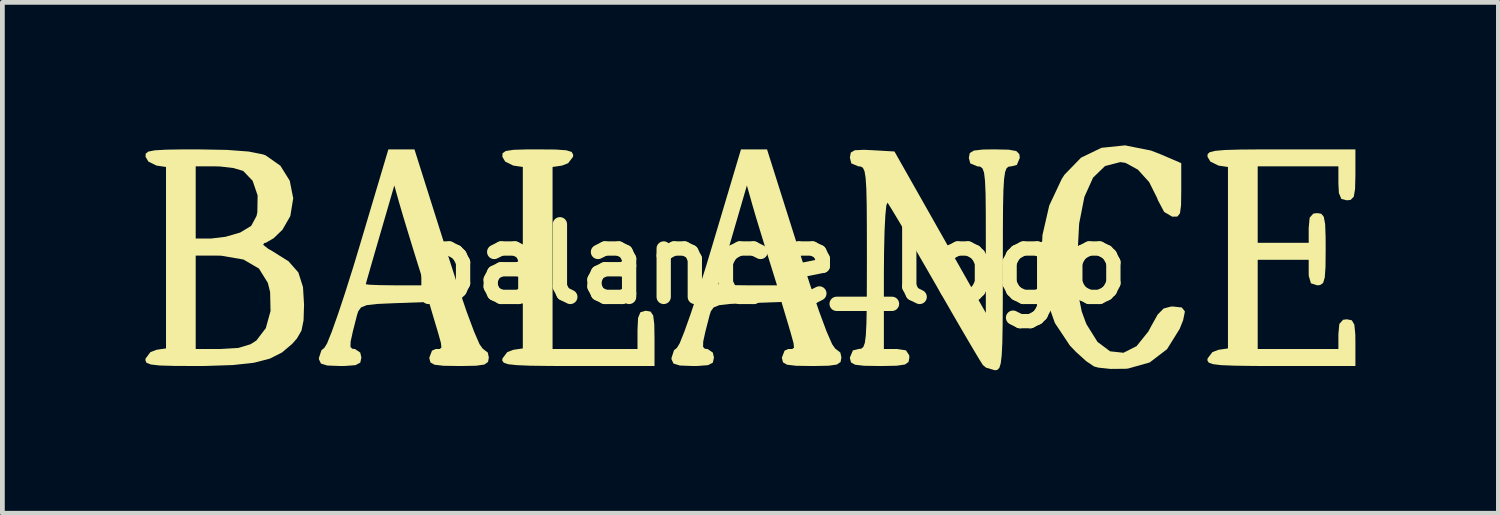
<source format=kicad_pcb>
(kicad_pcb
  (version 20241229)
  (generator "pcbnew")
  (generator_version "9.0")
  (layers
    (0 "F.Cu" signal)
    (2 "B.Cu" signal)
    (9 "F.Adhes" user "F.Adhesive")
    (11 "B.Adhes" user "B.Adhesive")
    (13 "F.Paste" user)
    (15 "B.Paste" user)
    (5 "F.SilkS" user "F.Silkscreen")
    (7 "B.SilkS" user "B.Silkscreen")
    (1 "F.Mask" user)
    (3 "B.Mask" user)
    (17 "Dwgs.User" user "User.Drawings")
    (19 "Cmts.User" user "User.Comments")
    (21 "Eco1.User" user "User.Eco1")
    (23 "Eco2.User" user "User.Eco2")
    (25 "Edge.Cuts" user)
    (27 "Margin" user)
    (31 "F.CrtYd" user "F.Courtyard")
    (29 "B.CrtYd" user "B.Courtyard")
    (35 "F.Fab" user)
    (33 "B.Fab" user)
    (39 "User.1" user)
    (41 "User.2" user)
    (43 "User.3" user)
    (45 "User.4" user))
  (footprint "balance_logo"
    (layer "F.Cu")
    (at 13.088 2.49)
    (property "Reference" "balance_logo" (at 0 0 0) (layer "F.SilkS") (effects (font (size 1.524 1.524) (thickness 0.3))))
    (attr board_only exclude_from_pos_files exclude_from_bom)
    (fp_poly (pts (xy -4.485 -2.403) (xy -4.258 -2.387) (xy -4.145 -2.353) (xy -4.112 -2.293) (xy -4.116 -2.25) (xy -4.218 -2.116) (xy -4.346 -2.066) (xy -4.545 -2.037) (xy -4.545 1.782) (xy -2.763 1.782) (xy -2.763 1.381) (xy -2.751 1.131) (xy -2.703 1.012) (xy -2.597 0.981) (xy -2.585 0.98) (xy -2.488 0.998) (xy -2.434 1.079) (xy -2.411 1.261) (xy -2.406 1.56) (xy -2.406 2.139) (xy -4.017 2.139) (xy -4.59 2.138) (xy -5.008 2.133) (xy -5.294 2.121) (xy -5.473 2.102) (xy -5.567 2.071) (xy -5.6 2.027) (xy -5.598 1.983) (xy -5.496 1.848) (xy -5.369 1.799) (xy -5.169 1.77) (xy -5.169 -2.037) (xy -5.369 -2.066) (xy -5.539 -2.15) (xy -5.598 -2.25) (xy -5.594 -2.326) (xy -5.526 -2.372) (xy -5.362 -2.397) (xy -5.068 -2.406) (xy -4.857 -2.406)) (stroke (width 0) (type solid)) (fill yes) (layer "F.SilkS"))
    (fp_poly (pts (xy 8.008 -2.382) (xy 8.205 -2.306) (xy 8.645 -2.117) (xy 8.645 -1.542) (xy 8.641 -1.233) (xy 8.618 -1.064) (xy 8.565 -0.997) (xy 8.467 -0.994) (xy 8.453 -0.996) (xy 8.286 -1.094) (xy 8.153 -1.345) (xy 8.141 -1.381) (xy 7.972 -1.719) (xy 7.736 -1.98) (xy 7.476 -2.123) (xy 7.367 -2.139) (xy 7.047 -2.057) (xy 6.795 -1.813) (xy 6.613 -1.409) (xy 6.503 -0.849) (xy 6.465 -0.135) (xy 6.465 -0.089) (xy 6.475 0.382) (xy 6.503 0.726) (xy 6.557 0.994) (xy 6.645 1.235) (xy 6.661 1.27) (xy 6.889 1.634) (xy 7.153 1.831) (xy 7.433 1.861) (xy 7.708 1.722) (xy 7.956 1.413) (xy 8.008 1.315) (xy 8.15 1.06) (xy 8.275 0.933) (xy 8.428 0.892) (xy 8.476 0.891) (xy 8.656 0.911) (xy 8.722 0.995) (xy 8.685 1.177) (xy 8.611 1.362) (xy 8.347 1.786) (xy 7.982 2.065) (xy 7.526 2.193) (xy 7.466 2.197) (xy 7.161 2.2) (xy 6.906 2.173) (xy 6.815 2.148) (xy 6.653 2.039) (xy 6.438 1.845) (xy 6.308 1.709) (xy 5.994 1.237) (xy 5.793 0.667) (xy 5.705 0.038) (xy 5.733 -0.607) (xy 5.876 -1.229) (xy 6.138 -1.786) (xy 6.195 -1.874) (xy 6.542 -2.232) (xy 6.971 -2.439) (xy 7.466 -2.49)) (stroke (width 0) (type solid)) (fill yes) (layer "F.SilkS"))
    (fp_poly (pts (xy 12.299 -1.872) (xy 12.292 -1.573) (xy 12.264 -1.412) (xy 12.2 -1.347) (xy 12.121 -1.337) (xy 12.004 -1.367) (xy 11.953 -1.488) (xy 11.942 -1.693) (xy 11.942 -2.05) (xy 10.249 -2.05) (xy 10.249 -0.446) (xy 11.319 -0.446) (xy 11.319 -0.758) (xy 11.339 -0.973) (xy 11.416 -1.059) (xy 11.497 -1.069) (xy 11.584 -1.055) (xy 11.636 -0.99) (xy 11.664 -0.838) (xy 11.674 -0.565) (xy 11.675 -0.312) (xy 11.672 0.056) (xy 11.656 0.281) (xy 11.621 0.398) (xy 11.556 0.441) (xy 11.497 0.446) (xy 11.366 0.404) (xy 11.32 0.247) (xy 11.319 0.178) (xy 11.319 -0.089) (xy 10.249 -0.089) (xy 10.249 1.782) (xy 11.942 1.782) (xy 11.942 1.471) (xy 11.962 1.256) (xy 12.04 1.169) (xy 12.121 1.159) (xy 12.224 1.18) (xy 12.277 1.272) (xy 12.297 1.477) (xy 12.299 1.649) (xy 12.299 2.139) (xy 10.733 2.139) (xy 10.169 2.138) (xy 9.76 2.132) (xy 9.481 2.121) (xy 9.31 2.1) (xy 9.222 2.068) (xy 9.194 2.023) (xy 9.196 1.983) (xy 9.298 1.848) (xy 9.426 1.799) (xy 9.625 1.77) (xy 9.625 -2.037) (xy 9.426 -2.066) (xy 9.256 -2.15) (xy 9.196 -2.25) (xy 9.198 -2.307) (xy 9.243 -2.347) (xy 9.356 -2.375) (xy 9.559 -2.393) (xy 9.878 -2.402) (xy 10.335 -2.406) (xy 10.733 -2.406) (xy 12.299 -2.406)) (stroke (width 0) (type solid)) (fill yes) (layer "F.SilkS"))
    (fp_poly (pts (xy -7.442 -2.405) (xy -6.78 -0.311) (xy -6.547 0.414) (xy -6.35 0.992) (xy -6.192 1.417) (xy -6.077 1.682) (xy -6.005 1.782) (xy -6.001 1.782) (xy -5.904 1.857) (xy -5.882 1.961) (xy -5.899 2.054) (xy -5.975 2.108) (xy -6.148 2.133) (xy -6.456 2.139) (xy -6.506 2.139) (xy -6.834 2.134) (xy -7.022 2.112) (xy -7.108 2.063) (xy -7.13 1.975) (xy -7.13 1.961) (xy -7.074 1.816) (xy -6.996 1.782) (xy -6.913 1.782) (xy -6.877 1.753) (xy -6.887 1.656) (xy -6.944 1.45) (xy -7.001 1.26) (xy -7.139 0.795) (xy -7.863 0.821) (xy -8.223 0.837) (xy -8.443 0.862) (xy -8.562 0.909) (xy -8.621 0.99) (xy -8.647 1.069) (xy -8.736 1.418) (xy -8.782 1.63) (xy -8.785 1.738) (xy -8.747 1.777) (xy -8.691 1.782) (xy -8.58 1.857) (xy -8.556 1.961) (xy -8.579 2.068) (xy -8.679 2.121) (xy -8.898 2.138) (xy -9.001 2.139) (xy -9.27 2.129) (xy -9.404 2.088) (xy -9.446 2) (xy -9.447 1.97) (xy -9.394 1.808) (xy -9.332 1.757) (xy -9.275 1.663) (xy -9.178 1.421) (xy -9.048 1.056) (xy -8.894 0.592) (xy -8.841 0.423) (xy -8.464 0.423) (xy -8.384 0.434) (xy -8.171 0.442) (xy -7.869 0.446) (xy -7.85 0.446) (xy -7.233 0.446) (xy -7.449 -0.245) (xy -7.566 -0.627) (xy -7.677 -0.992) (xy -7.758 -1.269) (xy -7.765 -1.292) (xy -7.865 -1.649) (xy -8.163 -0.624) (xy -8.279 -0.225) (xy -8.374 0.105) (xy -8.439 0.332) (xy -8.464 0.423) (xy -8.464 0.423) (xy -8.841 0.423) (xy -8.724 0.053) (xy -8.603 -0.347) (xy -7.99 -2.406)) (stroke (width 0) (type solid)) (fill yes) (layer "F.SilkS"))
    (fp_poly (pts (xy -0.045 -2.405) (xy 0.617 -0.311) (xy 0.851 0.414) (xy 1.047 0.992) (xy 1.205 1.417) (xy 1.321 1.682) (xy 1.392 1.782) (xy 1.397 1.782) (xy 1.493 1.857) (xy 1.515 1.961) (xy 1.498 2.054) (xy 1.422 2.108) (xy 1.249 2.133) (xy 0.941 2.139) (xy 0.891 2.139) (xy 0.563 2.134) (xy 0.376 2.112) (xy 0.29 2.063) (xy 0.268 1.975) (xy 0.267 1.961) (xy 0.323 1.816) (xy 0.401 1.782) (xy 0.484 1.782) (xy 0.521 1.753) (xy 0.51 1.656) (xy 0.453 1.45) (xy 0.397 1.26) (xy 0.258 0.795) (xy -0.466 0.821) (xy -0.825 0.837) (xy -1.045 0.862) (xy -1.165 0.909) (xy -1.224 0.99) (xy -1.249 1.069) (xy -1.339 1.418) (xy -1.385 1.63) (xy -1.387 1.738) (xy -1.35 1.777) (xy -1.294 1.782) (xy -1.183 1.857) (xy -1.159 1.961) (xy -1.182 2.068) (xy -1.282 2.121) (xy -1.501 2.138) (xy -1.604 2.139) (xy -1.873 2.129) (xy -2.007 2.088) (xy -2.049 2) (xy -2.05 1.97) (xy -1.997 1.808) (xy -1.935 1.757) (xy -1.878 1.663) (xy -1.781 1.421) (xy -1.651 1.056) (xy -1.497 0.592) (xy -1.444 0.423) (xy -1.067 0.423) (xy -0.987 0.434) (xy -0.773 0.442) (xy -0.472 0.446) (xy -0.453 0.446) (xy 0.164 0.446) (xy -0.051 -0.245) (xy -0.169 -0.627) (xy -0.28 -0.992) (xy -0.361 -1.269) (xy -0.367 -1.292) (xy -0.468 -1.649) (xy -0.766 -0.624) (xy -0.882 -0.225) (xy -0.977 0.105) (xy -1.042 0.332) (xy -1.067 0.423) (xy -1.067 0.423) (xy -1.444 0.423) (xy -1.327 0.053) (xy -1.206 -0.347) (xy -0.592 -2.406)) (stroke (width 0) (type solid)) (fill yes) (layer "F.SilkS"))
    (fp_poly (pts (xy -11.376 -2.395) (xy -10.925 -2.361) (xy -10.625 -2.302) (xy -10.564 -2.28) (xy -10.255 -2.063) (xy -10.059 -1.748) (xy -9.986 -1.38) (xy -10.047 -1.007) (xy -10.212 -0.72) (xy -10.395 -0.543) (xy -10.56 -0.447) (xy -10.591 -0.442) (xy -10.618 -0.405) (xy -10.506 -0.317) (xy -10.427 -0.273) (xy -10.083 -0.057) (xy -9.878 0.177) (xy -9.781 0.483) (xy -9.759 0.85) (xy -9.769 1.179) (xy -9.812 1.394) (xy -9.907 1.56) (xy -10.008 1.675) (xy -10.221 1.855) (xy -10.478 1.985) (xy -10.812 2.071) (xy -11.252 2.119) (xy -11.83 2.138) (xy -12.026 2.139) (xy -12.483 2.137) (xy -12.79 2.128) (xy -12.974 2.107) (xy -13.064 2.072) (xy -13.088 2.017) (xy -13.084 1.983) (xy -12.983 1.848) (xy -12.855 1.799) (xy -12.742 1.782) (xy -12.032 1.782) (xy -11.509 1.782) (xy -11.138 1.76) (xy -10.881 1.682) (xy -10.759 1.604) (xy -10.561 1.344) (xy -10.462 0.986) (xy -10.471 0.586) (xy -10.519 0.394) (xy -10.705 0.095) (xy -11.03 -0.095) (xy -11.495 -0.175) (xy -11.628 -0.178) (xy -12.032 -0.178) (xy -12.032 1.782) (xy -12.742 1.782) (xy -12.655 1.77) (xy -12.655 -0.535) (xy -12.032 -0.535) (xy -11.717 -0.535) (xy -11.406 -0.572) (xy -11.1 -0.661) (xy -11.098 -0.662) (xy -10.868 -0.801) (xy -10.756 -1.008) (xy -10.739 -1.086) (xy -10.733 -1.44) (xy -10.838 -1.747) (xy -11.033 -1.951) (xy -11.041 -1.955) (xy -11.238 -2.014) (xy -11.52 -2.047) (xy -11.625 -2.05) (xy -12.032 -2.05) (xy -12.032 -0.535) (xy -12.655 -0.535) (xy -12.655 -2.037) (xy -12.855 -2.066) (xy -13.025 -2.15) (xy -13.084 -2.25) (xy -13.082 -2.315) (xy -13.028 -2.359) (xy -12.894 -2.386) (xy -12.654 -2.4) (xy -12.278 -2.406) (xy -11.991 -2.406)) (stroke (width 0) (type solid)) (fill yes) (layer "F.SilkS"))
    (fp_poly (pts (xy 5.022 -2.4) (xy 5.184 -2.371) (xy 5.248 -2.307) (xy 5.258 -2.228) (xy 5.195 -2.079) (xy 5.08 -2.05) (xy 5.024 -2.044) (xy 4.981 -2.011) (xy 4.95 -1.932) (xy 4.928 -1.784) (xy 4.914 -1.547) (xy 4.906 -1.2) (xy 4.903 -0.722) (xy 4.902 -0.092) (xy 4.902 0.089) (xy 4.901 0.761) (xy 4.898 1.275) (xy 4.891 1.653) (xy 4.878 1.915) (xy 4.858 2.083) (xy 4.829 2.177) (xy 4.789 2.219) (xy 4.738 2.228) (xy 4.734 2.228) (xy 4.549 2.173) (xy 4.482 2.117) (xy 4.413 2.008) (xy 4.271 1.77) (xy 4.069 1.427) (xy 3.824 1.004) (xy 3.548 0.525) (xy 3.477 0.401) (xy 3.197 -0.085) (xy 2.944 -0.52) (xy 2.732 -0.88) (xy 2.576 -1.14) (xy 2.491 -1.276) (xy 2.482 -1.288) (xy 2.458 -1.232) (xy 2.437 -1.023) (xy 2.42 -0.69) (xy 2.41 -0.257) (xy 2.406 0.205) (xy 2.406 1.782) (xy 2.674 1.782) (xy 2.869 1.81) (xy 2.938 1.915) (xy 2.941 1.961) (xy 2.924 2.054) (xy 2.848 2.108) (xy 2.675 2.133) (xy 2.367 2.139) (xy 2.317 2.139) (xy 1.989 2.134) (xy 1.802 2.112) (xy 1.716 2.063) (xy 1.694 1.975) (xy 1.693 1.961) (xy 1.756 1.812) (xy 1.872 1.782) (xy 1.93 1.776) (xy 1.974 1.741) (xy 2.006 1.656) (xy 2.027 1.499) (xy 2.04 1.247) (xy 2.047 0.879) (xy 2.049 0.371) (xy 2.05 -0.134) (xy 2.049 -0.764) (xy 2.046 -1.239) (xy 2.038 -1.58) (xy 2.023 -1.809) (xy 2 -1.948) (xy 1.966 -2.02) (xy 1.919 -2.046) (xy 1.872 -2.05) (xy 1.723 -2.112) (xy 1.693 -2.233) (xy 1.712 -2.339) (xy 1.796 -2.388) (xy 1.989 -2.397) (xy 2.161 -2.389) (xy 2.628 -2.362) (xy 3.587 -0.668) (xy 4.545 1.025) (xy 4.545 -0.512) (xy 4.544 -1.069) (xy 4.54 -1.472) (xy 4.528 -1.746) (xy 4.508 -1.917) (xy 4.475 -2.007) (xy 4.427 -2.044) (xy 4.367 -2.05) (xy 4.218 -2.113) (xy 4.189 -2.228) (xy 4.208 -2.328) (xy 4.294 -2.381) (xy 4.487 -2.403) (xy 4.724 -2.406)) (stroke (width 0) (type solid)) (fill yes) (layer "F.SilkS")))
  (gr_rect
    (start -3 -3)
    (end 28.387 7.718)
    (stroke (width 0.1) (type default))
    (fill no)
    (layer "Edge.Cuts")))
</source>
